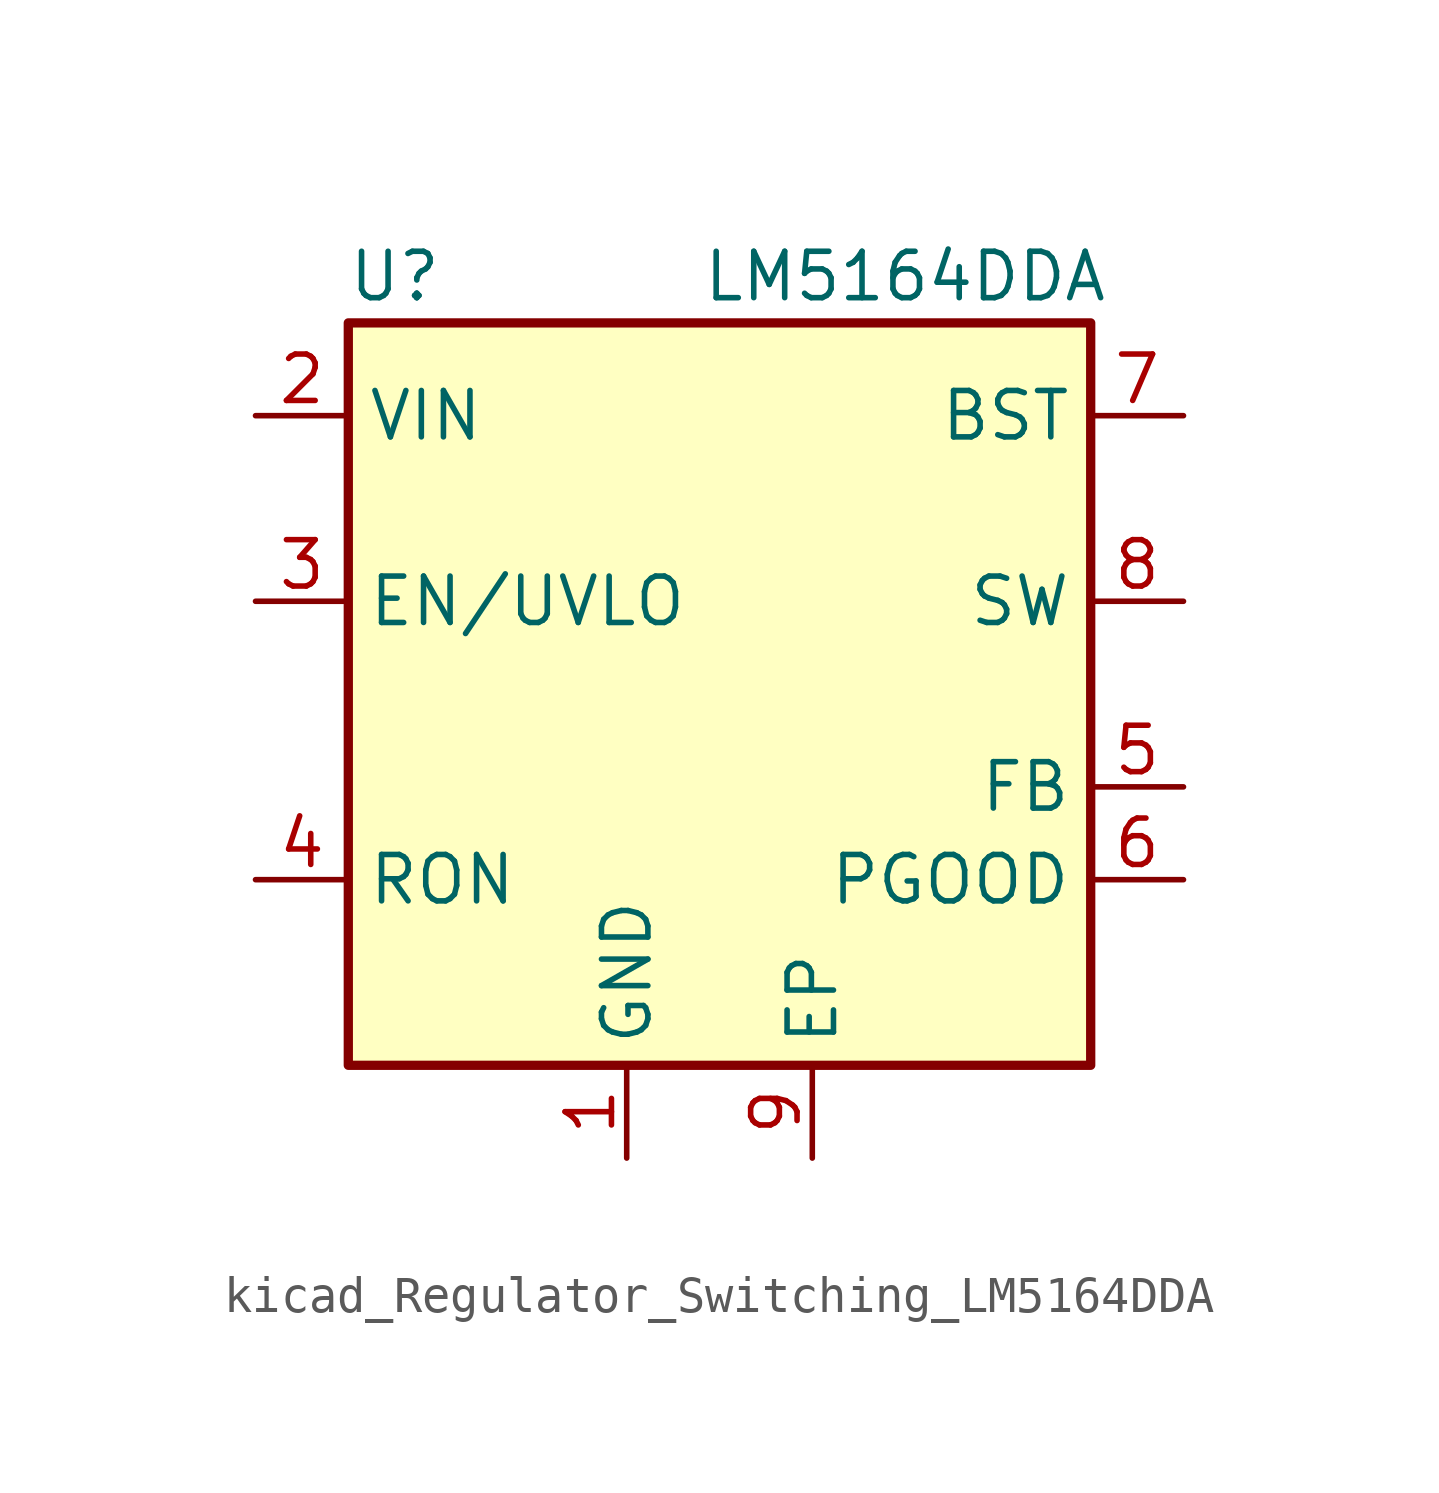
<source format=kicad_sym>
(kicad_symbol_lib
  (version 20220914)
  (generator kicad_symbol_editor)
  (symbol "kicad_Regulator_Switching_LM5164DDA"
    (property "Reference" "U"
      (at -8.89 11.43 0)
      (effects (font (size 1.27 1.27))))
    (property "Value" "LM5164DDA"
      (at 5.08 11.43 0)
      (effects (font (size 1.27 1.27))))
    (symbol "kicad_Regulator_Switching_LM5164DDA_1_1"
      (rectangle (start -10.16 10.16) (end 10.16 -10.16) (stroke (width 0.254) (type default)) (fill (type background)))
      (pin power_in line (at -2.54 -12.7 90) (length 2.54) (name "GND" (effects (font (size 1.27 1.27)))) (number "1" (effects (font (size 1.27 1.27)))))
      (pin power_in line (at -12.7 7.62 0) (length 2.54) (name "VIN" (effects (font (size 1.27 1.27)))) (number "2" (effects (font (size 1.27 1.27)))))
      (pin input line (at -12.7 2.54 0) (length 2.54) (name "EN/UVLO" (effects (font (size 1.27 1.27)))) (number "3" (effects (font (size 1.27 1.27)))))
      (pin passive line (at -12.7 -5.08 0) (length 2.54) (name "RON" (effects (font (size 1.27 1.27)))) (number "4" (effects (font (size 1.27 1.27)))))
      (pin input line (at 12.7 -2.54 180) (length 2.54) (name "FB" (effects (font (size 1.27 1.27)))) (number "5" (effects (font (size 1.27 1.27)))))
      (pin open_collector line (at 12.7 -5.08 180) (length 2.54) (name "PGOOD" (effects (font (size 1.27 1.27)))) (number "6" (effects (font (size 1.27 1.27)))))
      (pin passive line (at 12.7 7.62 180) (length 2.54) (name "BST" (effects (font (size 1.27 1.27)))) (number "7" (effects (font (size 1.27 1.27)))))
      (pin power_out line (at 12.7 2.54 180) (length 2.54) (name "SW" (effects (font (size 1.27 1.27)))) (number "8" (effects (font (size 1.27 1.27)))))
      (pin passive line (at 2.54 -12.7 90) (length 2.54) (name "EP" (effects (font (size 1.27 1.27)))) (number "9" (effects (font (size 1.27 1.27))))))))
</source>
